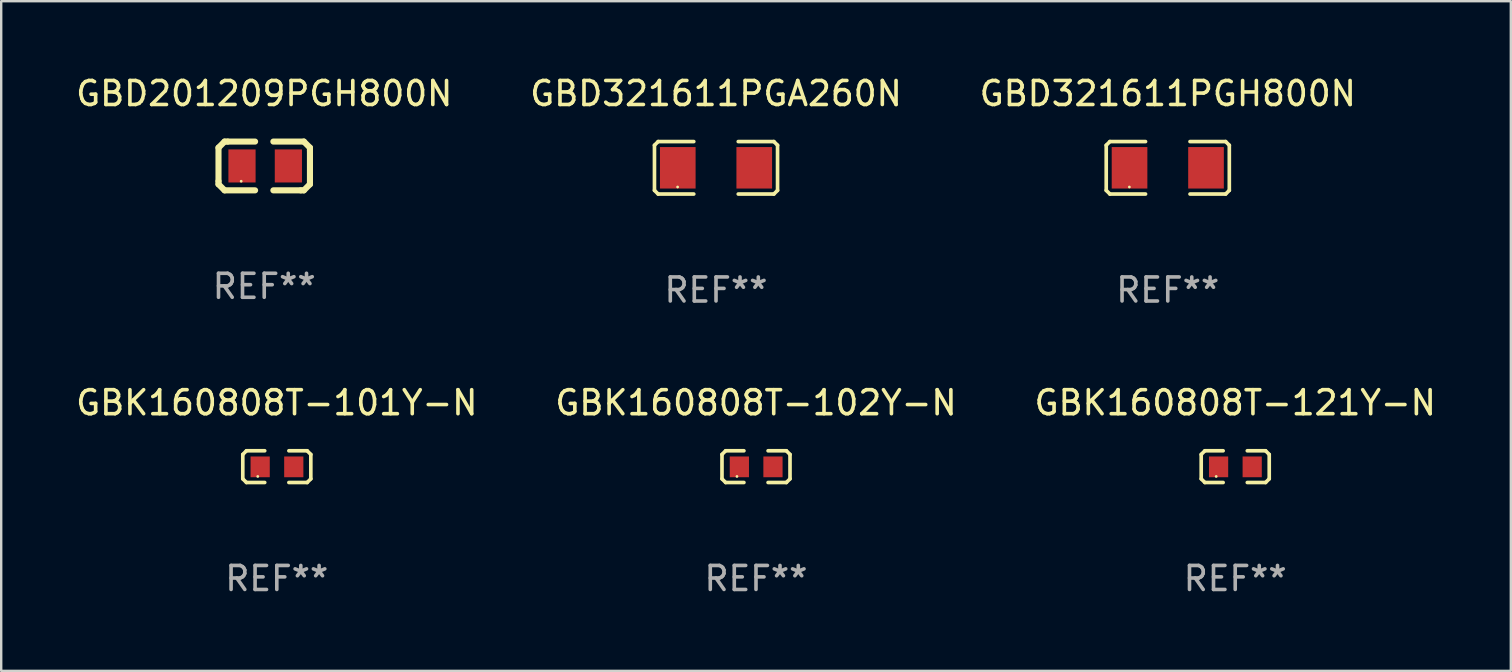
<source format=kicad_pcb>
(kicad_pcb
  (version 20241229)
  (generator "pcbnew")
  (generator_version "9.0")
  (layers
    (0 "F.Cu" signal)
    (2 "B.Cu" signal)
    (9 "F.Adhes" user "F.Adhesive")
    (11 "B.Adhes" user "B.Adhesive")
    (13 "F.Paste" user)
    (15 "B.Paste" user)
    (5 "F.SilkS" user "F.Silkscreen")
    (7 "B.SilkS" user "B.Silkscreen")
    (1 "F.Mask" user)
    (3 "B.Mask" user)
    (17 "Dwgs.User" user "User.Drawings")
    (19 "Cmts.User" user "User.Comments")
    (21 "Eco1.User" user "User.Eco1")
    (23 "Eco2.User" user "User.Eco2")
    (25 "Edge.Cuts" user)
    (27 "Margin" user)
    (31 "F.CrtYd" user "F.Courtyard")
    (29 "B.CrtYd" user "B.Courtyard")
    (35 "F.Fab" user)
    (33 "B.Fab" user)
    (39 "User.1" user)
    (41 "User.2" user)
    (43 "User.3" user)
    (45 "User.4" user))
  (footprint "GBD201209PGH800N"
    (layer "F.Cu")
    (at 7.958 3.864)
    (property "Reference" "GBD201209PGH800N" (at 0 -3.016 0) (layer "F.SilkS") (effects (font (size 1 1) (thickness 0.15))))
    (attr through_hole)
    (fp_line (start -1.905 -0.762) (end -1.905 0.635) (stroke (width 0.254) (type solid)) (layer "F.SilkS"))
    (fp_line (start -1.905 0.635) (end -1.905 0.762) (stroke (width 0.254) (type solid)) (layer "F.SilkS"))
    (fp_line (start -1.905 0.762) (end -1.651 1.016) (stroke (width 0.254) (type solid)) (layer "F.SilkS"))
    (fp_line (start -1.651 -1.016) (end -1.905 -0.762) (stroke (width 0.254) (type solid)) (layer "F.SilkS"))
    (fp_line (start -1.651 1.016) (end -0.381 1.016) (stroke (width 0.254) (type solid)) (layer "F.SilkS"))
    (fp_line (start -1.524 -1.016) (end -1.651 -1.016) (stroke (width 0.254) (type solid)) (layer "F.SilkS"))
    (fp_line (start -0.381 -1.016) (end -1.524 -1.016) (stroke (width 0.254) (type solid)) (layer "F.SilkS"))
    (fp_line (start 0.381 1.016) (end 1.524 1.016) (stroke (width 0.254) (type solid)) (layer "F.SilkS"))
    (fp_line (start 1.524 1.016) (end 1.651 1.016) (stroke (width 0.254) (type solid)) (layer "F.SilkS"))
    (fp_line (start 1.651 -1.016) (end 0.381 -1.016) (stroke (width 0.254) (type solid)) (layer "F.SilkS"))
    (fp_line (start 1.651 1.016) (end 1.905 0.762) (stroke (width 0.254) (type solid)) (layer "F.SilkS"))
    (fp_line (start 1.905 -0.762) (end 1.651 -1.016) (stroke (width 0.254) (type solid)) (layer "F.SilkS"))
    (fp_line (start 1.905 -0.635) (end 1.905 -0.762) (stroke (width 0.254) (type solid)) (layer "F.SilkS"))
    (fp_line (start 1.905 0.762) (end 1.905 -0.635) (stroke (width 0.254) (type solid)) (layer "F.SilkS"))
    (fp_circle (center -0.96 0.637) (end -0.93 0.637) (stroke (width 0.06) (type solid)) (fill no) (layer "F.SilkS"))
    (fp_text user "REF**" (at 0 5.016 0) (layer "F.Fab") (effects (font (size 1 1) (thickness 0.15))))
    (pad "1" smd rect (at -0.926 -0.000051) (size 1.133 1.377) (layers "F.Cu" "F.Mask" "F.Paste"))
    (pad "2" smd rect (at 1.006 -0.000051) (size 1.133 1.377) (layers "F.Cu" "F.Mask" "F.Paste")))
  (footprint "GBK160808T-121Y-N"
    (layer "F.Cu")
    (at 48.411 16.391)
    (property "Reference" "GBK160808T-121Y-N" (at 0 -2.661 0) (layer "F.SilkS") (effects (font (size 1 1) (thickness 0.15))))
    (attr through_hole)
    (fp_line (start -1.417 -0.508) (end -1.265 -0.661) (stroke (width 0.152) (type solid)) (layer "F.SilkS"))
    (fp_line (start -1.417 0.508) (end -1.417 -0.508) (stroke (width 0.152) (type solid)) (layer "F.SilkS"))
    (fp_line (start -1.265 -0.661) (end -0.503 -0.661) (stroke (width 0.152) (type solid)) (layer "F.SilkS"))
    (fp_line (start -1.265 0.661) (end -1.417 0.508) (stroke (width 0.152) (type solid)) (layer "F.SilkS"))
    (fp_line (start -1.265 0.661) (end -0.503 0.661) (stroke (width 0.152) (type solid)) (layer "F.SilkS"))
    (fp_line (start 1.265 -0.661) (end 0.503 -0.661) (stroke (width 0.152) (type solid)) (layer "F.SilkS"))
    (fp_line (start 1.265 -0.661) (end 1.417 -0.508) (stroke (width 0.152) (type solid)) (layer "F.SilkS"))
    (fp_line (start 1.265 0.661) (end 0.503 0.661) (stroke (width 0.152) (type solid)) (layer "F.SilkS"))
    (fp_line (start 1.417 -0.508) (end 1.417 0.508) (stroke (width 0.152) (type solid)) (layer "F.SilkS"))
    (fp_line (start 1.417 0.508) (end 1.265 0.661) (stroke (width 0.152) (type solid)) (layer "F.SilkS"))
    (fp_circle (center -0.793 0.409) (end -0.763 0.409) (stroke (width 0.06) (type solid)) (fill no) (layer "F.SilkS"))
    (fp_text user "REF**" (at 0 4.661 0) (layer "F.Fab") (effects (font (size 1 1) (thickness 0.15))))
    (pad "1" smd rect (at -0.693 0.009 180) (size 0.8 0.864) (layers "F.Cu" "F.Mask" "F.Paste"))
    (pad "2" smd rect (at 0.707 0.009 180) (size 0.8 0.864) (layers "F.Cu" "F.Mask" "F.Paste")))
  (footprint "GBK160808T-102Y-N"
    (layer "F.Cu")
    (at 28.446 16.391)
    (property "Reference" "GBK160808T-102Y-N" (at 0 -2.661 0) (layer "F.SilkS") (effects (font (size 1 1) (thickness 0.15))))
    (attr through_hole)
    (fp_line (start -1.417 -0.508) (end -1.265 -0.661) (stroke (width 0.152) (type solid)) (layer "F.SilkS"))
    (fp_line (start -1.417 0.508) (end -1.417 -0.508) (stroke (width 0.152) (type solid)) (layer "F.SilkS"))
    (fp_line (start -1.265 -0.661) (end -0.503 -0.661) (stroke (width 0.152) (type solid)) (layer "F.SilkS"))
    (fp_line (start -1.265 0.661) (end -1.417 0.508) (stroke (width 0.152) (type solid)) (layer "F.SilkS"))
    (fp_line (start -1.265 0.661) (end -0.503 0.661) (stroke (width 0.152) (type solid)) (layer "F.SilkS"))
    (fp_line (start 1.265 -0.661) (end 0.503 -0.661) (stroke (width 0.152) (type solid)) (layer "F.SilkS"))
    (fp_line (start 1.265 -0.661) (end 1.417 -0.508) (stroke (width 0.152) (type solid)) (layer "F.SilkS"))
    (fp_line (start 1.265 0.661) (end 0.503 0.661) (stroke (width 0.152) (type solid)) (layer "F.SilkS"))
    (fp_line (start 1.417 -0.508) (end 1.417 0.508) (stroke (width 0.152) (type solid)) (layer "F.SilkS"))
    (fp_line (start 1.417 0.508) (end 1.265 0.661) (stroke (width 0.152) (type solid)) (layer "F.SilkS"))
    (fp_circle (center -0.793 0.409) (end -0.763 0.409) (stroke (width 0.06) (type solid)) (fill no) (layer "F.SilkS"))
    (fp_text user "REF**" (at 0 4.661 0) (layer "F.Fab") (effects (font (size 1 1) (thickness 0.15))))
    (pad "1" smd rect (at -0.693 0.009 180) (size 0.8 0.864) (layers "F.Cu" "F.Mask" "F.Paste"))
    (pad "2" smd rect (at 0.707 0.009 180) (size 0.8 0.864) (layers "F.Cu" "F.Mask" "F.Paste")))
  (footprint "GBD321611PGH800N"
    (layer "F.Cu")
    (at 45.601 3.941)
    (property "Reference" "GBD321611PGH800N" (at 0 -3.093 0) (layer "F.SilkS") (effects (font (size 1 1) (thickness 0.15))))
    (attr through_hole)
    (fp_line (start -2.564 -0.94) (end -2.411 -1.093) (stroke (width 0.152) (type solid)) (layer "F.SilkS"))
    (fp_line (start -2.564 0.94) (end -2.564 -0.94) (stroke (width 0.152) (type solid)) (layer "F.SilkS"))
    (fp_line (start -2.411 -1.093) (end -0.926 -1.093) (stroke (width 0.152) (type solid)) (layer "F.SilkS"))
    (fp_line (start -2.411 1.093) (end -2.564 0.94) (stroke (width 0.152) (type solid)) (layer "F.SilkS"))
    (fp_line (start -0.926 1.093) (end -2.411 1.093) (stroke (width 0.152) (type solid)) (layer "F.SilkS"))
    (fp_line (start 0.926 1.093) (end 2.411 1.093) (stroke (width 0.152) (type solid)) (layer "F.SilkS"))
    (fp_line (start 2.411 -1.093) (end 0.926 -1.093) (stroke (width 0.152) (type solid)) (layer "F.SilkS"))
    (fp_line (start 2.411 1.093) (end 2.564 0.94) (stroke (width 0.152) (type solid)) (layer "F.SilkS"))
    (fp_line (start 2.564 -0.94) (end 2.411 -1.093) (stroke (width 0.152) (type solid)) (layer "F.SilkS"))
    (fp_line (start 2.564 0.94) (end 2.564 -0.94) (stroke (width 0.152) (type solid)) (layer "F.SilkS"))
    (fp_circle (center -1.6 0.8) (end -1.57 0.8) (stroke (width 0.06) (type solid)) (fill no) (layer "F.SilkS"))
    (fp_text user "REF**" (at 0 5.093 0) (layer "F.Fab") (effects (font (size 1 1) (thickness 0.15))))
    (pad "1" smd rect (at -1.593 0) (size 1.485 1.728) (layers "F.Cu" "F.Mask" "F.Paste"))
    (pad "2" smd rect (at 1.593 0) (size 1.485 1.728) (layers "F.Cu" "F.Mask" "F.Paste")))
  (footprint "GBD321611PGA260N"
    (layer "F.Cu")
    (at 26.78 3.941)
    (property "Reference" "GBD321611PGA260N" (at 0 -3.093 0) (layer "F.SilkS") (effects (font (size 1 1) (thickness 0.15))))
    (attr through_hole)
    (fp_line (start -2.564 -0.94) (end -2.411 -1.093) (stroke (width 0.152) (type solid)) (layer "F.SilkS"))
    (fp_line (start -2.564 0.94) (end -2.564 -0.94) (stroke (width 0.152) (type solid)) (layer "F.SilkS"))
    (fp_line (start -2.411 -1.093) (end -0.926 -1.093) (stroke (width 0.152) (type solid)) (layer "F.SilkS"))
    (fp_line (start -2.411 1.093) (end -2.564 0.94) (stroke (width 0.152) (type solid)) (layer "F.SilkS"))
    (fp_line (start -0.926 1.093) (end -2.411 1.093) (stroke (width 0.152) (type solid)) (layer "F.SilkS"))
    (fp_line (start 0.926 1.093) (end 2.411 1.093) (stroke (width 0.152) (type solid)) (layer "F.SilkS"))
    (fp_line (start 2.411 -1.093) (end 0.926 -1.093) (stroke (width 0.152) (type solid)) (layer "F.SilkS"))
    (fp_line (start 2.411 1.093) (end 2.564 0.94) (stroke (width 0.152) (type solid)) (layer "F.SilkS"))
    (fp_line (start 2.564 -0.94) (end 2.411 -1.093) (stroke (width 0.152) (type solid)) (layer "F.SilkS"))
    (fp_line (start 2.564 0.94) (end 2.564 -0.94) (stroke (width 0.152) (type solid)) (layer "F.SilkS"))
    (fp_circle (center -1.6 0.8) (end -1.57 0.8) (stroke (width 0.06) (type solid)) (fill no) (layer "F.SilkS"))
    (fp_text user "REF**" (at 0 5.093 0) (layer "F.Fab") (effects (font (size 1 1) (thickness 0.15))))
    (pad "1" smd rect (at -1.593 0) (size 1.485 1.728) (layers "F.Cu" "F.Mask" "F.Paste"))
    (pad "2" smd rect (at 1.593 0) (size 1.485 1.728) (layers "F.Cu" "F.Mask" "F.Paste")))
  (footprint "GBK160808T-101Y-N"
    (layer "F.Cu")
    (at 8.482 16.391)
    (property "Reference" "GBK160808T-101Y-N" (at 0 -2.661 0) (layer "F.SilkS") (effects (font (size 1 1) (thickness 0.15))))
    (attr through_hole)
    (fp_line (start -1.417 -0.508) (end -1.265 -0.661) (stroke (width 0.152) (type solid)) (layer "F.SilkS"))
    (fp_line (start -1.417 0.508) (end -1.417 -0.508) (stroke (width 0.152) (type solid)) (layer "F.SilkS"))
    (fp_line (start -1.265 -0.661) (end -0.503 -0.661) (stroke (width 0.152) (type solid)) (layer "F.SilkS"))
    (fp_line (start -1.265 0.661) (end -1.417 0.508) (stroke (width 0.152) (type solid)) (layer "F.SilkS"))
    (fp_line (start -1.265 0.661) (end -0.503 0.661) (stroke (width 0.152) (type solid)) (layer "F.SilkS"))
    (fp_line (start 1.265 -0.661) (end 0.503 -0.661) (stroke (width 0.152) (type solid)) (layer "F.SilkS"))
    (fp_line (start 1.265 -0.661) (end 1.417 -0.508) (stroke (width 0.152) (type solid)) (layer "F.SilkS"))
    (fp_line (start 1.265 0.661) (end 0.503 0.661) (stroke (width 0.152) (type solid)) (layer "F.SilkS"))
    (fp_line (start 1.417 -0.508) (end 1.417 0.508) (stroke (width 0.152) (type solid)) (layer "F.SilkS"))
    (fp_line (start 1.417 0.508) (end 1.265 0.661) (stroke (width 0.152) (type solid)) (layer "F.SilkS"))
    (fp_circle (center -0.793 0.409) (end -0.763 0.409) (stroke (width 0.06) (type solid)) (fill no) (layer "F.SilkS"))
    (fp_text user "REF**" (at 0 4.661 0) (layer "F.Fab") (effects (font (size 1 1) (thickness 0.15))))
    (pad "1" smd rect (at -0.693 0.009 180) (size 0.8 0.864) (layers "F.Cu" "F.Mask" "F.Paste"))
    (pad "2" smd rect (at 0.707 0.009 180) (size 0.8 0.864) (layers "F.Cu" "F.Mask" "F.Paste")))
  (gr_rect
    (start -3 -3)
    (end 59.893 24.899)
    (stroke (width 0.1) (type default))
    (fill no)
    (layer "Edge.Cuts")))
</source>
